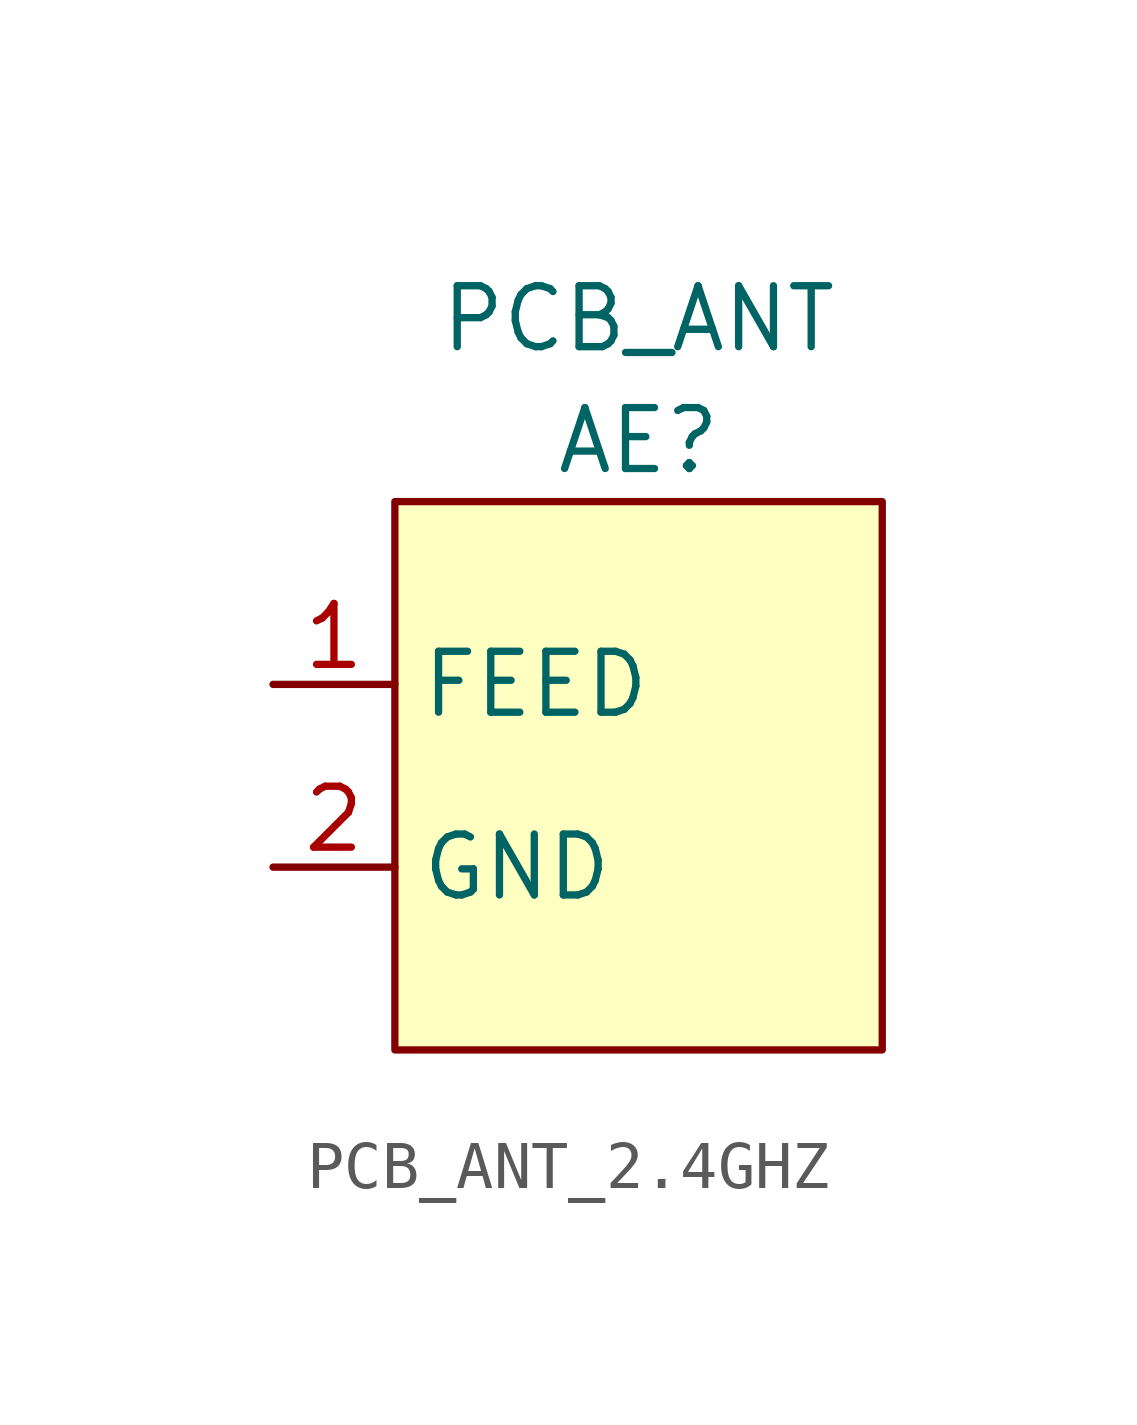
<source format=kicad_sym>
(kicad_symbol_lib
  (version 20220914)
  (generator kicad_symbol_editor)
  (symbol "PCB_ANT_2.4GHZ"
    (property "Reference" "AE"
      (at 0 0 0)
      (effects (font (size 1.27 1.27))))
    (property "Value" "PCB_ANT"
      (at 0 2.54 0)
      (effects (font (size 1.27 1.27))))
    (symbol "PCB_ANT_2.4GHZ_1_1"
      (rectangle (start -5.08 -1.27) (end 5.08 -12.7) (stroke (width 0) (type default)) (fill (type background)))
      (pin input line (at -7.62 -5.08 0) (length 2.54) (name "FEED" (effects (font (size 1.27 1.27)))) (number "1" (effects (font (size 1.27 1.27)))))
      (pin power_in line (at -7.62 -8.89 0) (length 2.54) (name "GND" (effects (font (size 1.27 1.27)))) (number "2" (effects (font (size 1.27 1.27))))))))
</source>
